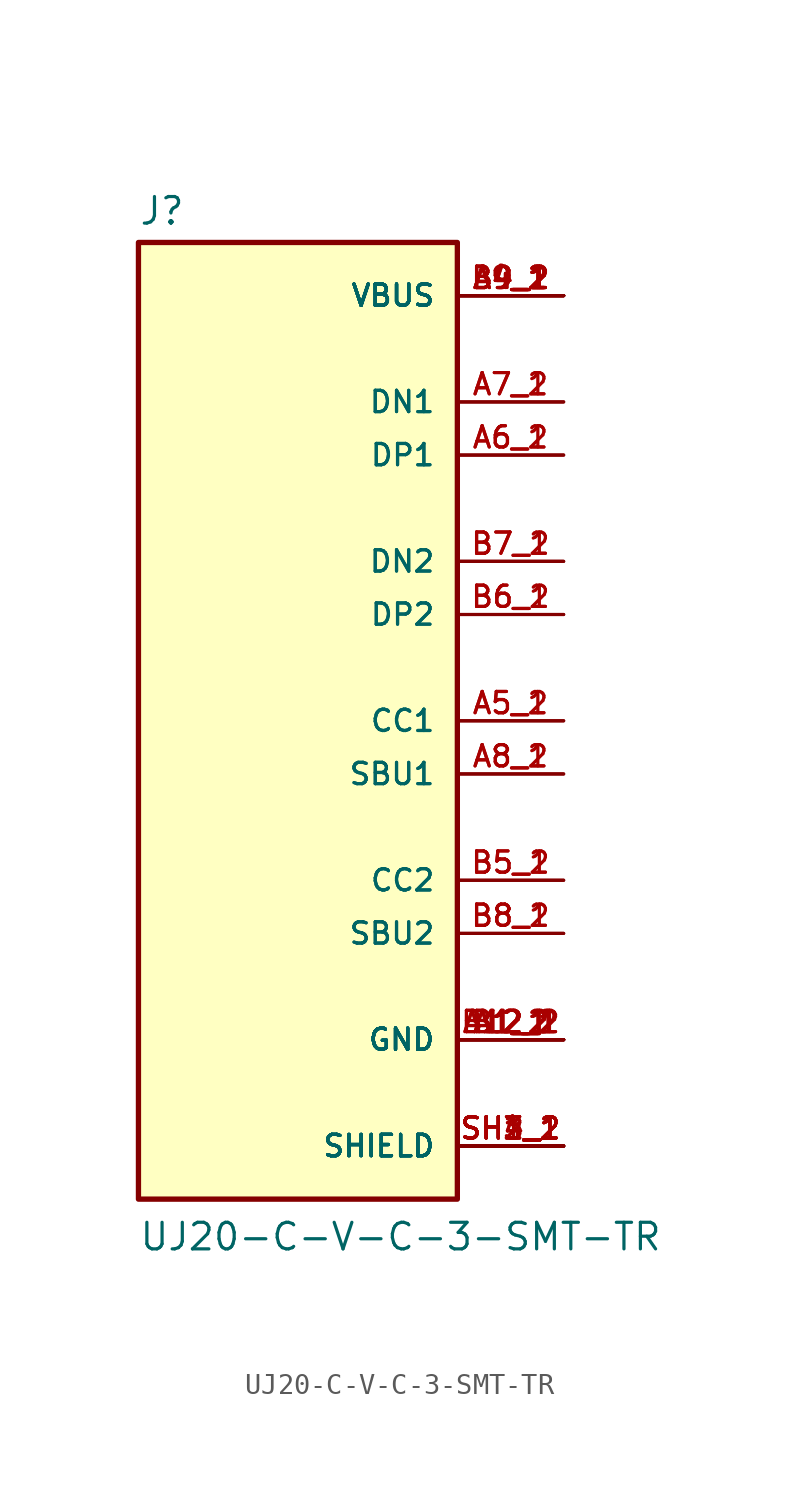
<source format=kicad_sym>
(kicad_symbol_lib
  (version 20211014)
  (generator kicad_symbol_editor)
  (symbol "UJ20-C-V-C-3-SMT-TR"
    (pin_names
      (offset 1.016))
    (property "Reference" "J"
      (at -7.62 23.622 0)
      (effects (font (size 1.27 1.27)) (justify bottom left)))
    (property "Value" "UJ20-C-V-C-3-SMT-TR"
      (at -7.62 -25.4 0)
      (effects (font (size 1.27 1.27)) (justify bottom left)))
    (symbol "UJ20-C-V-C-3-SMT-TR_0_0"
      (rectangle (start -7.62 -22.86) (end 7.62 22.86) (stroke (width 0.254)) (fill (type background)))
      (pin passive line (at 12.7 20.32 180.0) (length 5.08) (name "VBUS" (effects (font (size 1.016 1.016)))) (number "A4_1" (effects (font (size 1.016 1.016)))))
      (pin passive line (at 12.7 20.32 180.0) (length 5.08) (name "VBUS" (effects (font (size 1.016 1.016)))) (number "A4_2" (effects (font (size 1.016 1.016)))))
      (pin passive line (at 12.7 20.32 180.0) (length 5.08) (name "VBUS" (effects (font (size 1.016 1.016)))) (number "A9_1" (effects (font (size 1.016 1.016)))))
      (pin passive line (at 12.7 20.32 180.0) (length 5.08) (name "VBUS" (effects (font (size 1.016 1.016)))) (number "A9_2" (effects (font (size 1.016 1.016)))))
      (pin passive line (at 12.7 20.32 180.0) (length 5.08) (name "VBUS" (effects (font (size 1.016 1.016)))) (number "B4_1" (effects (font (size 1.016 1.016)))))
      (pin passive line (at 12.7 20.32 180.0) (length 5.08) (name "VBUS" (effects (font (size 1.016 1.016)))) (number "B4_2" (effects (font (size 1.016 1.016)))))
      (pin passive line (at 12.7 20.32 180.0) (length 5.08) (name "VBUS" (effects (font (size 1.016 1.016)))) (number "B9_1" (effects (font (size 1.016 1.016)))))
      (pin passive line (at 12.7 20.32 180.0) (length 5.08) (name "VBUS" (effects (font (size 1.016 1.016)))) (number "B9_2" (effects (font (size 1.016 1.016)))))
      (pin passive line (at 12.7 -20.32 180.0) (length 5.08) (name "SHIELD" (effects (font (size 1.016 1.016)))) (number "SH1_1" (effects (font (size 1.016 1.016)))))
      (pin passive line (at 12.7 -20.32 180.0) (length 5.08) (name "SHIELD" (effects (font (size 1.016 1.016)))) (number "SH1_2" (effects (font (size 1.016 1.016)))))
      (pin passive line (at 12.7 -20.32 180.0) (length 5.08) (name "SHIELD" (effects (font (size 1.016 1.016)))) (number "SH2_1" (effects (font (size 1.016 1.016)))))
      (pin passive line (at 12.7 -20.32 180.0) (length 5.08) (name "SHIELD" (effects (font (size 1.016 1.016)))) (number "SH2_2" (effects (font (size 1.016 1.016)))))
      (pin passive line (at 12.7 -20.32 180.0) (length 5.08) (name "SHIELD" (effects (font (size 1.016 1.016)))) (number "SH3_1" (effects (font (size 1.016 1.016)))))
      (pin passive line (at 12.7 -20.32 180.0) (length 5.08) (name "SHIELD" (effects (font (size 1.016 1.016)))) (number "SH3_2" (effects (font (size 1.016 1.016)))))
      (pin passive line (at 12.7 -20.32 180.0) (length 5.08) (name "SHIELD" (effects (font (size 1.016 1.016)))) (number "SH4_1" (effects (font (size 1.016 1.016)))))
      (pin passive line (at 12.7 -20.32 180.0) (length 5.08) (name "SHIELD" (effects (font (size 1.016 1.016)))) (number "SH4_2" (effects (font (size 1.016 1.016)))))
      (pin passive line (at 12.7 15.24 180.0) (length 5.08) (name "DN1" (effects (font (size 1.016 1.016)))) (number "A7_1" (effects (font (size 1.016 1.016)))))
      (pin passive line (at 12.7 15.24 180.0) (length 5.08) (name "DN1" (effects (font (size 1.016 1.016)))) (number "A7_2" (effects (font (size 1.016 1.016)))))
      (pin passive line (at 12.7 12.7 180.0) (length 5.08) (name "DP1" (effects (font (size 1.016 1.016)))) (number "A6_1" (effects (font (size 1.016 1.016)))))
      (pin passive line (at 12.7 12.7 180.0) (length 5.08) (name "DP1" (effects (font (size 1.016 1.016)))) (number "A6_2" (effects (font (size 1.016 1.016)))))
      (pin passive line (at 12.7 7.62 180.0) (length 5.08) (name "DN2" (effects (font (size 1.016 1.016)))) (number "B7_1" (effects (font (size 1.016 1.016)))))
      (pin passive line (at 12.7 7.62 180.0) (length 5.08) (name "DN2" (effects (font (size 1.016 1.016)))) (number "B7_2" (effects (font (size 1.016 1.016)))))
      (pin passive line (at 12.7 5.08 180.0) (length 5.08) (name "DP2" (effects (font (size 1.016 1.016)))) (number "B6_1" (effects (font (size 1.016 1.016)))))
      (pin passive line (at 12.7 5.08 180.0) (length 5.08) (name "DP2" (effects (font (size 1.016 1.016)))) (number "B6_2" (effects (font (size 1.016 1.016)))))
      (pin passive line (at 12.7 -15.24 180.0) (length 5.08) (name "GND" (effects (font (size 1.016 1.016)))) (number "A1_1" (effects (font (size 1.016 1.016)))))
      (pin passive line (at 12.7 -15.24 180.0) (length 5.08) (name "GND" (effects (font (size 1.016 1.016)))) (number "A1_2" (effects (font (size 1.016 1.016)))))
      (pin passive line (at 12.7 -15.24 180.0) (length 5.08) (name "GND" (effects (font (size 1.016 1.016)))) (number "A12_1" (effects (font (size 1.016 1.016)))))
      (pin passive line (at 12.7 -15.24 180.0) (length 5.08) (name "GND" (effects (font (size 1.016 1.016)))) (number "A12_2" (effects (font (size 1.016 1.016)))))
      (pin passive line (at 12.7 -15.24 180.0) (length 5.08) (name "GND" (effects (font (size 1.016 1.016)))) (number "B1_1" (effects (font (size 1.016 1.016)))))
      (pin passive line (at 12.7 -15.24 180.0) (length 5.08) (name "GND" (effects (font (size 1.016 1.016)))) (number "B1_2" (effects (font (size 1.016 1.016)))))
      (pin passive line (at 12.7 -15.24 180.0) (length 5.08) (name "GND" (effects (font (size 1.016 1.016)))) (number "B12_1" (effects (font (size 1.016 1.016)))))
      (pin passive line (at 12.7 -15.24 180.0) (length 5.08) (name "GND" (effects (font (size 1.016 1.016)))) (number "B12_2" (effects (font (size 1.016 1.016)))))
      (pin passive line (at 12.7 0.0 180.0) (length 5.08) (name "CC1" (effects (font (size 1.016 1.016)))) (number "A5_1" (effects (font (size 1.016 1.016)))))
      (pin passive line (at 12.7 0.0 180.0) (length 5.08) (name "CC1" (effects (font (size 1.016 1.016)))) (number "A5_2" (effects (font (size 1.016 1.016)))))
      (pin passive line (at 12.7 -2.54 180.0) (length 5.08) (name "SBU1" (effects (font (size 1.016 1.016)))) (number "A8_1" (effects (font (size 1.016 1.016)))))
      (pin passive line (at 12.7 -2.54 180.0) (length 5.08) (name "SBU1" (effects (font (size 1.016 1.016)))) (number "A8_2" (effects (font (size 1.016 1.016)))))
      (pin passive line (at 12.7 -7.62 180.0) (length 5.08) (name "CC2" (effects (font (size 1.016 1.016)))) (number "B5_1" (effects (font (size 1.016 1.016)))))
      (pin passive line (at 12.7 -7.62 180.0) (length 5.08) (name "CC2" (effects (font (size 1.016 1.016)))) (number "B5_2" (effects (font (size 1.016 1.016)))))
      (pin passive line (at 12.7 -10.16 180.0) (length 5.08) (name "SBU2" (effects (font (size 1.016 1.016)))) (number "B8_1" (effects (font (size 1.016 1.016)))))
      (pin passive line (at 12.7 -10.16 180.0) (length 5.08) (name "SBU2" (effects (font (size 1.016 1.016)))) (number "B8_2" (effects (font (size 1.016 1.016))))))))
</source>
